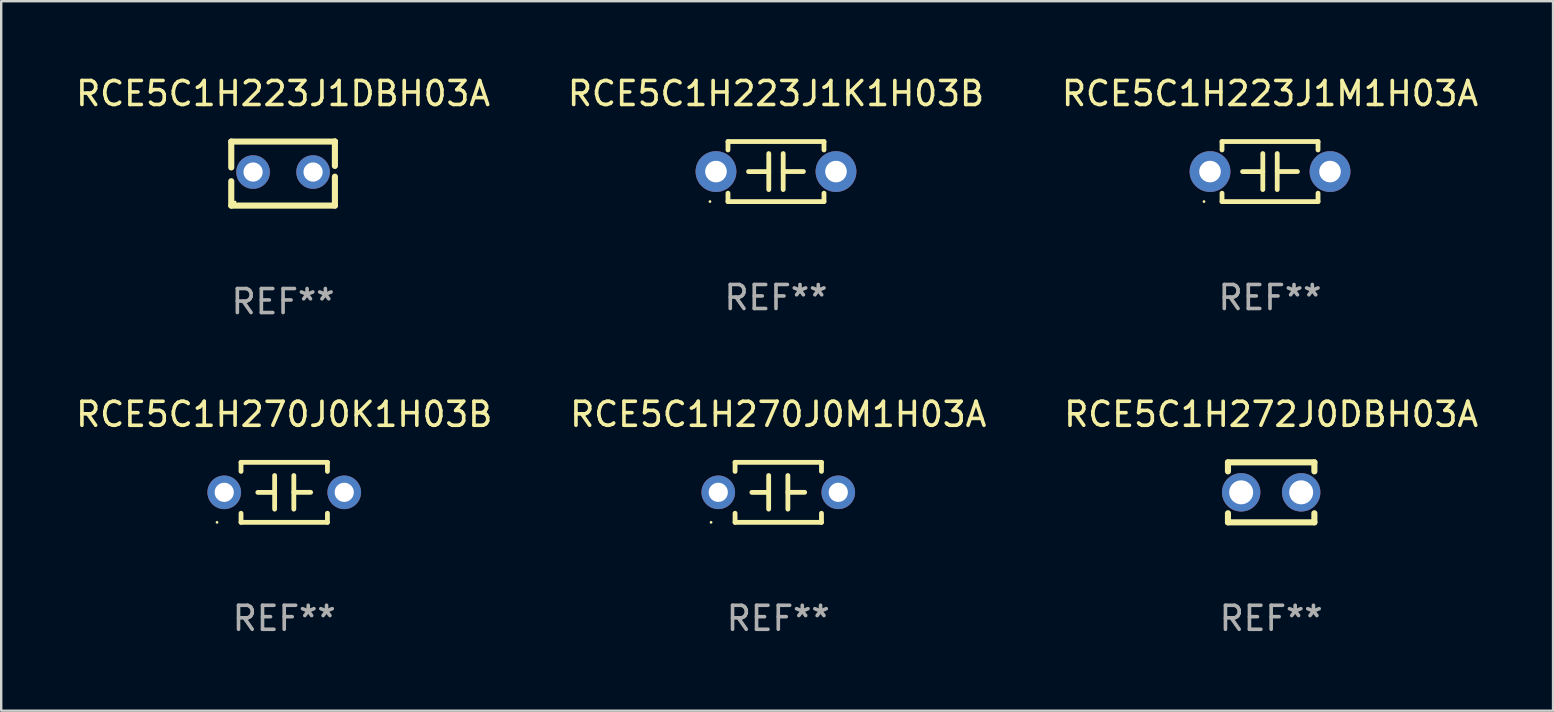
<source format=kicad_pcb>
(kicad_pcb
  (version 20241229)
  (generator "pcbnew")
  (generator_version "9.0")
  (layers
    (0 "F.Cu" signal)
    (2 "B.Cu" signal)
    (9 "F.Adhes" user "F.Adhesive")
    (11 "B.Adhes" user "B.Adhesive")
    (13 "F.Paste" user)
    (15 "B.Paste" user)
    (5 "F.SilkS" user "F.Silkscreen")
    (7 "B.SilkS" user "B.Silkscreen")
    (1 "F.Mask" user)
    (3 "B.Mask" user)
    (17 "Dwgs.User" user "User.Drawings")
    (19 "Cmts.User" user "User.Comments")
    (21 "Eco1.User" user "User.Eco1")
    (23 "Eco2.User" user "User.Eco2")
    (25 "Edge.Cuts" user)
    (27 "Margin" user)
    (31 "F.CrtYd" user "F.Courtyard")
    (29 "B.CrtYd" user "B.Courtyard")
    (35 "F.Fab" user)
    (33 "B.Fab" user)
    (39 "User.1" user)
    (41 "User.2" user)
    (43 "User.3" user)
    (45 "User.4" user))
  (footprint "RCE5C1H223J1K1H03B"
    (layer "F.Cu")
    (at 29.28 4.098)
    (property "Reference" "RCE5C1H223J1K1H03B" (at 0 -3.25 0) (layer "F.SilkS") (effects (font (size 1 1) (thickness 0.15))))
    (attr through_hole)
    (fp_line (start -2 -1.25) (end -2 -0.901) (stroke (width 0.2) (type solid)) (layer "F.SilkS"))
    (fp_line (start -2 -1.25) (end 2 -1.25) (stroke (width 0.2) (type solid)) (layer "F.SilkS"))
    (fp_line (start -2 0.901) (end -2 1.25) (stroke (width 0.2) (type solid)) (layer "F.SilkS"))
    (fp_line (start -0.3 -0.75) (end -0.3 0.75) (stroke (width 0.2) (type solid)) (layer "F.SilkS"))
    (fp_line (start -0.3 0.001) (end -1.143 0.001) (stroke (width 0.2) (type solid)) (layer "F.SilkS"))
    (fp_line (start 0.3 -0.001) (end 1.143 -0.001) (stroke (width 0.2) (type solid)) (layer "F.SilkS"))
    (fp_line (start 0.3 0.75) (end 0.3 -0.75) (stroke (width 0.2) (type solid)) (layer "F.SilkS"))
    (fp_line (start 2 -1.25) (end 2 -0.901) (stroke (width 0.2) (type solid)) (layer "F.SilkS"))
    (fp_line (start 2 0.901) (end 2 1.25) (stroke (width 0.2) (type solid)) (layer "F.SilkS"))
    (fp_line (start 2 1.25) (end -2 1.25) (stroke (width 0.2) (type solid)) (layer "F.SilkS"))
    (fp_circle (center -2.75 1.25) (end -2.72 1.25) (stroke (width 0.06) (type solid)) (fill no) (layer "F.SilkS"))
    (fp_text user "REF**" (at 0 5.25 0) (layer "F.Fab") (effects (font (size 1 1) (thickness 0.15))))
    (pad "1" thru_hole circle (at -2.5 0) (size 1.7 1.7) (drill 0.9) (layers "*.Cu" "*.Mask"))
    (pad "2" thru_hole circle (at 2.5 0) (size 1.7 1.7) (drill 0.9) (layers "*.Cu" "*.Mask")))
  (footprint "RCE5C1H223J1M1H03A"
    (layer "F.Cu")
    (at 49.863 4.098)
    (property "Reference" "RCE5C1H223J1M1H03A" (at 0 -3.25 0) (layer "F.SilkS") (effects (font (size 1 1) (thickness 0.15))))
    (attr through_hole)
    (fp_line (start -2 -1.25) (end -2 -0.901) (stroke (width 0.2) (type solid)) (layer "F.SilkS"))
    (fp_line (start -2 -1.25) (end 2 -1.25) (stroke (width 0.2) (type solid)) (layer "F.SilkS"))
    (fp_line (start -2 0.901) (end -2 1.25) (stroke (width 0.2) (type solid)) (layer "F.SilkS"))
    (fp_line (start -0.3 -0.75) (end -0.3 0.75) (stroke (width 0.2) (type solid)) (layer "F.SilkS"))
    (fp_line (start -0.3 0.001) (end -1.143 0.001) (stroke (width 0.2) (type solid)) (layer "F.SilkS"))
    (fp_line (start 0.3 -0.001) (end 1.143 -0.001) (stroke (width 0.2) (type solid)) (layer "F.SilkS"))
    (fp_line (start 0.3 0.75) (end 0.3 -0.75) (stroke (width 0.2) (type solid)) (layer "F.SilkS"))
    (fp_line (start 2 -1.25) (end 2 -0.901) (stroke (width 0.2) (type solid)) (layer "F.SilkS"))
    (fp_line (start 2 0.901) (end 2 1.25) (stroke (width 0.2) (type solid)) (layer "F.SilkS"))
    (fp_line (start 2 1.25) (end -2 1.25) (stroke (width 0.2) (type solid)) (layer "F.SilkS"))
    (fp_circle (center -2.75 1.25) (end -2.72 1.25) (stroke (width 0.06) (type solid)) (fill no) (layer "F.SilkS"))
    (fp_text user "REF**" (at 0 5.25 0) (layer "F.Fab") (effects (font (size 1 1) (thickness 0.15))))
    (pad "1" thru_hole circle (at -2.5 0) (size 1.7 1.7) (drill 0.9) (layers "*.Cu" "*.Mask"))
    (pad "2" thru_hole circle (at 2.5 0) (size 1.7 1.7) (drill 0.9) (layers "*.Cu" "*.Mask")))
  (footprint "RCE5C1H270J0K1H03B"
    (layer "F.Cu")
    (at 8.792 17.462)
    (property "Reference" "RCE5C1H270J0K1H03B" (at 0 -3.25 0) (layer "F.SilkS") (effects (font (size 1 1) (thickness 0.15))))
    (attr through_hole)
    (fp_line (start -1.8 -1.25) (end -1.8 -0.872) (stroke (width 0.2) (type solid)) (layer "F.SilkS"))
    (fp_line (start -1.8 -1.25) (end 1.8 -1.25) (stroke (width 0.2) (type solid)) (layer "F.SilkS"))
    (fp_line (start -1.8 0.872) (end -1.8 1.25) (stroke (width 0.2) (type solid)) (layer "F.SilkS"))
    (fp_line (start -1.8 1.25) (end 1.8 1.25) (stroke (width 0.2) (type solid)) (layer "F.SilkS"))
    (fp_line (start -0.4 -0.7) (end -0.4 0.7) (stroke (width 0.2) (type solid)) (layer "F.SilkS"))
    (fp_line (start -0.4 0.002) (end -1.1 0.002) (stroke (width 0.2) (type solid)) (layer "F.SilkS"))
    (fp_line (start 0.4 -0.001) (end 1.1 -0.001) (stroke (width 0.2) (type solid)) (layer "F.SilkS"))
    (fp_line (start 0.4 0.7) (end 0.4 -0.7) (stroke (width 0.2) (type solid)) (layer "F.SilkS"))
    (fp_line (start 1.8 -1.25) (end 1.8 -0.872) (stroke (width 0.2) (type solid)) (layer "F.SilkS"))
    (fp_line (start 1.8 0.872) (end 1.8 1.25) (stroke (width 0.2) (type solid)) (layer "F.SilkS"))
    (fp_circle (center -2.8 1.25) (end -2.77 1.25) (stroke (width 0.06) (type solid)) (fill no) (layer "F.SilkS"))
    (fp_text user "REF**" (at 0 5.25 0) (layer "F.Fab") (effects (font (size 1 1) (thickness 0.15))))
    (pad "1" thru_hole circle (at -2.5 0) (size 1.4 1.4) (drill 0.8) (layers "*.Cu" "*.Mask"))
    (pad "2" thru_hole circle (at 2.5 0) (size 1.4 1.4) (drill 0.8) (layers "*.Cu" "*.Mask")))
  (footprint "RCE5C1H270J0M1H03A"
    (layer "F.Cu")
    (at 29.375 17.462)
    (property "Reference" "RCE5C1H270J0M1H03A" (at 0 -3.25 0) (layer "F.SilkS") (effects (font (size 1 1) (thickness 0.15))))
    (attr through_hole)
    (fp_line (start -1.8 -1.25) (end -1.8 -0.872) (stroke (width 0.2) (type solid)) (layer "F.SilkS"))
    (fp_line (start -1.8 -1.25) (end 1.8 -1.25) (stroke (width 0.2) (type solid)) (layer "F.SilkS"))
    (fp_line (start -1.8 0.872) (end -1.8 1.25) (stroke (width 0.2) (type solid)) (layer "F.SilkS"))
    (fp_line (start -1.8 1.25) (end 1.8 1.25) (stroke (width 0.2) (type solid)) (layer "F.SilkS"))
    (fp_line (start -0.4 -0.7) (end -0.4 0.7) (stroke (width 0.2) (type solid)) (layer "F.SilkS"))
    (fp_line (start -0.4 0.002) (end -1.1 0.002) (stroke (width 0.2) (type solid)) (layer "F.SilkS"))
    (fp_line (start 0.4 -0.001) (end 1.1 -0.001) (stroke (width 0.2) (type solid)) (layer "F.SilkS"))
    (fp_line (start 0.4 0.7) (end 0.4 -0.7) (stroke (width 0.2) (type solid)) (layer "F.SilkS"))
    (fp_line (start 1.8 -1.25) (end 1.8 -0.872) (stroke (width 0.2) (type solid)) (layer "F.SilkS"))
    (fp_line (start 1.8 0.872) (end 1.8 1.25) (stroke (width 0.2) (type solid)) (layer "F.SilkS"))
    (fp_circle (center -2.8 1.25) (end -2.77 1.25) (stroke (width 0.06) (type solid)) (fill no) (layer "F.SilkS"))
    (fp_text user "REF**" (at 0 5.25 0) (layer "F.Fab") (effects (font (size 1 1) (thickness 0.15))))
    (pad "1" thru_hole circle (at -2.5 0) (size 1.4 1.4) (drill 0.8) (layers "*.Cu" "*.Mask"))
    (pad "2" thru_hole circle (at 2.5 0) (size 1.4 1.4) (drill 0.8) (layers "*.Cu" "*.Mask")))
  (footprint "RCE5C1H223J1DBH03A"
    (layer "F.Cu")
    (at 8.744 4.182)
    (property "Reference" "RCE5C1H223J1DBH03A" (at 0 -3.334 0) (layer "F.SilkS") (effects (font (size 1 1) (thickness 0.15))))
    (attr through_hole)
    (fp_line (start -2.159 -1.334) (end 2.159 -1.334) (stroke (width 0.254) (type solid)) (layer "F.SilkS"))
    (fp_line (start -2.159 -0.256) (end -2.159 -1.334) (stroke (width 0.254) (type solid)) (layer "F.SilkS"))
    (fp_line (start -2.159 1.334) (end -2.159 0.318) (stroke (width 0.254) (type solid)) (layer "F.SilkS"))
    (fp_line (start 2.159 -1.334) (end 2.159 -1.334) (stroke (width 0.254) (type solid)) (layer "F.SilkS"))
    (fp_line (start 2.159 -1.334) (end 2.159 -0.318) (stroke (width 0.254) (type solid)) (layer "F.SilkS"))
    (fp_line (start 2.159 0.129) (end 2.159 1.334) (stroke (width 0.254) (type solid)) (layer "F.SilkS"))
    (fp_line (start 2.159 1.334) (end -2.159 1.334) (stroke (width 0.254) (type solid)) (layer "F.SilkS"))
    (fp_circle (center -2 1.186) (end -1.97 1.186) (stroke (width 0.06) (type solid)) (fill no) (layer "F.SilkS"))
    (fp_text user "REF**" (at 0 5.334 0) (layer "F.Fab") (effects (font (size 1 1) (thickness 0.15))))
    (pad "1" thru_hole circle (at -1.25 -0.064) (size 1.4 1.4) (drill 0.8) (layers "*.Cu" "*.Mask"))
    (pad "2" thru_hole circle (at 1.25 -0.064) (size 1.4 1.4) (drill 0.8) (layers "*.Cu" "*.Mask")))
  (footprint "RCE5C1H272J0DBH03A"
    (layer "F.Cu")
    (at 49.911 17.462)
    (property "Reference" "RCE5C1H272J0DBH03A" (at 0 -3.25 0) (layer "F.SilkS") (effects (font (size 1 1) (thickness 0.15))))
    (attr through_hole)
    (fp_line (start -1.8 -1.25) (end -1.8 -0.872) (stroke (width 0.254) (type solid)) (layer "F.SilkS"))
    (fp_line (start -1.8 -1.25) (end 1.8 -1.25) (stroke (width 0.254) (type solid)) (layer "F.SilkS"))
    (fp_line (start -1.8 0.872) (end -1.8 1.25) (stroke (width 0.254) (type solid)) (layer "F.SilkS"))
    (fp_line (start -1.8 1.25) (end 1.8 1.25) (stroke (width 0.254) (type solid)) (layer "F.SilkS"))
    (fp_line (start 1.8 -1.25) (end 1.8 -0.872) (stroke (width 0.254) (type solid)) (layer "F.SilkS"))
    (fp_line (start 1.8 0.872) (end 1.8 1.25) (stroke (width 0.254) (type solid)) (layer "F.SilkS"))
    (fp_circle (center -1.8 1.25) (end -1.77 1.25) (stroke (width 0.06) (type solid)) (fill no) (layer "F.SilkS"))
    (fp_text user "REF**" (at 0 5.25 0) (layer "F.Fab") (effects (font (size 1 1) (thickness 0.15))))
    (pad "1" thru_hole circle (at -1.25 0) (size 1.6 1.6) (drill 1) (layers "*.Cu" "*.Mask"))
    (pad "2" thru_hole circle (at 1.25 0) (size 1.6 1.6) (drill 1) (layers "*.Cu" "*.Mask")))
  (gr_rect
    (start -3 -3)
    (end 61.655 26.56)
    (stroke (width 0.1) (type default))
    (fill no)
    (layer "Edge.Cuts")))
</source>
